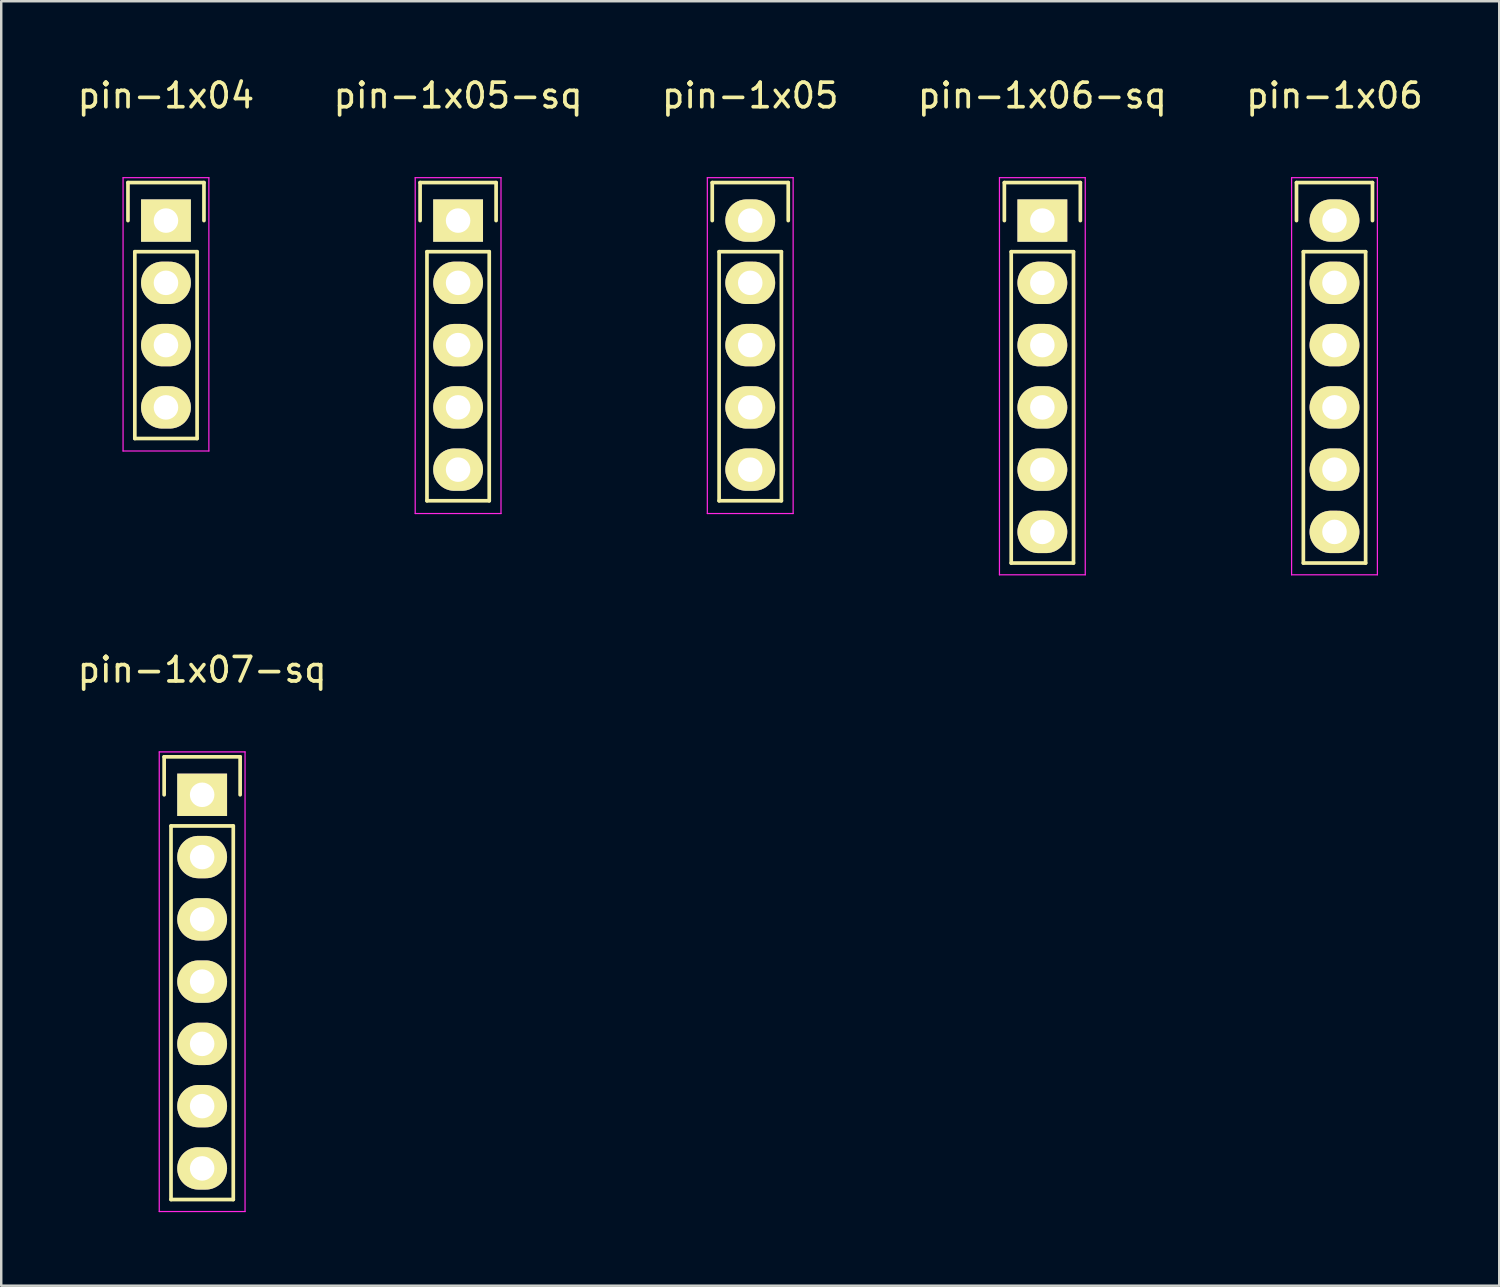
<source format=kicad_pcb>
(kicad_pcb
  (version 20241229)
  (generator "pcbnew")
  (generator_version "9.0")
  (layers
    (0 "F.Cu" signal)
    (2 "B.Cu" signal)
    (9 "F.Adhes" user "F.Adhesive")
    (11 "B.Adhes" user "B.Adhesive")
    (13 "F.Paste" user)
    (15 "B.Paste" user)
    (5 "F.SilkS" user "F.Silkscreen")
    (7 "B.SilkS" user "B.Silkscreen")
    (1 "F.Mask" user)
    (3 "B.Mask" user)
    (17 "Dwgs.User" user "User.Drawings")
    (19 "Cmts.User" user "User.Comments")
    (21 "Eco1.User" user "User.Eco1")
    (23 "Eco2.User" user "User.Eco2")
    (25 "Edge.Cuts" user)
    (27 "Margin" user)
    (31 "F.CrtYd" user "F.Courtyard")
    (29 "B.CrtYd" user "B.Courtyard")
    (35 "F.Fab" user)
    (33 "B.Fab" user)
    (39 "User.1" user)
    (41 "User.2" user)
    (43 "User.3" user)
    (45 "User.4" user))
  (footprint "pin-1x07-sq"
    (layer "F.Cu")
    (at 5.196 29.372)
    (property "Reference" "pin-1x07-sq" (at 0 -5.1 0) (layer "F.SilkS") (effects (font (size 1 1) (thickness 0.15))))
    (attr through_hole)
    (fp_line (start -1.55 -1.55) (end 1.55 -1.55) (stroke (width 0.15) (type solid)) (layer "F.SilkS"))
    (fp_line (start -1.55 0) (end -1.55 -1.55) (stroke (width 0.15) (type solid)) (layer "F.SilkS"))
    (fp_line (start -1.27 16.51) (end -1.27 1.27) (stroke (width 0.15) (type solid)) (layer "F.SilkS"))
    (fp_line (start 1.27 1.27) (end -1.27 1.27) (stroke (width 0.15) (type solid)) (layer "F.SilkS"))
    (fp_line (start 1.27 1.27) (end 1.27 16.51) (stroke (width 0.15) (type solid)) (layer "F.SilkS"))
    (fp_line (start 1.27 16.51) (end -1.27 16.51) (stroke (width 0.15) (type solid)) (layer "F.SilkS"))
    (fp_line (start 1.55 -1.55) (end 1.55 0) (stroke (width 0.15) (type solid)) (layer "F.SilkS"))
    (fp_line (start -1.75 -1.75) (end -1.75 17) (stroke (width 0.05) (type solid)) (layer "F.CrtYd"))
    (fp_line (start -1.75 -1.75) (end 1.75 -1.75) (stroke (width 0.05) (type solid)) (layer "F.CrtYd"))
    (fp_line (start -1.75 17) (end 1.75 17) (stroke (width 0.05) (type solid)) (layer "F.CrtYd"))
    (fp_line (start 1.75 -1.75) (end 1.75 17) (stroke (width 0.05) (type solid)) (layer "F.CrtYd"))
    (pad "1" thru_hole rect (at 0 0) (size 2.032 1.727) (drill 1) (layers "*.Cu" "*.Mask" "F.SilkS"))
    (pad "2" thru_hole oval (at 0 2.54) (size 2.032 1.727) (drill 1) (layers "*.Cu" "*.Mask" "F.SilkS"))
    (pad "3" thru_hole oval (at 0 5.08) (size 2.032 1.727) (drill 1) (layers "*.Cu" "*.Mask" "F.SilkS"))
    (pad "4" thru_hole oval (at 0 7.62) (size 2.032 1.727) (drill 1) (layers "*.Cu" "*.Mask" "F.SilkS"))
    (pad "5" thru_hole oval (at 0 10.16) (size 2.032 1.727) (drill 1) (layers "*.Cu" "*.Mask" "F.SilkS"))
    (pad "6" thru_hole oval (at 0 12.7) (size 2.032 1.727) (drill 1) (layers "*.Cu" "*.Mask" "F.SilkS"))
    (pad "7" thru_hole oval (at 0 15.24) (size 2.032 1.727) (drill 1) (layers "*.Cu" "*.Mask" "F.SilkS")))
  (footprint "pin-1x05"
    (layer "F.Cu")
    (at 27.554 5.948)
    (property "Reference" "pin-1x05" (at 0 -5.1 0) (layer "F.SilkS") (effects (font (size 1 1) (thickness 0.15))))
    (attr through_hole)
    (fp_line (start -1.55 -1.55) (end 1.55 -1.55) (stroke (width 0.15) (type solid)) (layer "F.SilkS"))
    (fp_line (start -1.55 0) (end -1.55 -1.55) (stroke (width 0.15) (type solid)) (layer "F.SilkS"))
    (fp_line (start -1.27 11.43) (end -1.27 1.27) (stroke (width 0.15) (type solid)) (layer "F.SilkS"))
    (fp_line (start 1.27 1.27) (end -1.27 1.27) (stroke (width 0.15) (type solid)) (layer "F.SilkS"))
    (fp_line (start 1.27 1.27) (end 1.27 11.43) (stroke (width 0.15) (type solid)) (layer "F.SilkS"))
    (fp_line (start 1.27 11.43) (end -1.27 11.43) (stroke (width 0.15) (type solid)) (layer "F.SilkS"))
    (fp_line (start 1.55 -1.55) (end 1.55 0) (stroke (width 0.15) (type solid)) (layer "F.SilkS"))
    (fp_line (start -1.75 -1.75) (end -1.75 11.95) (stroke (width 0.05) (type solid)) (layer "F.CrtYd"))
    (fp_line (start -1.75 -1.75) (end 1.75 -1.75) (stroke (width 0.05) (type solid)) (layer "F.CrtYd"))
    (fp_line (start -1.75 11.95) (end 1.75 11.95) (stroke (width 0.05) (type solid)) (layer "F.CrtYd"))
    (fp_line (start 1.75 -1.75) (end 1.75 11.95) (stroke (width 0.05) (type solid)) (layer "F.CrtYd"))
    (pad "1" thru_hole oval (at 0 0) (size 2.032 1.727) (drill 1) (layers "*.Cu" "*.Mask" "F.SilkS"))
    (pad "2" thru_hole oval (at 0 2.54) (size 2.032 1.727) (drill 1) (layers "*.Cu" "*.Mask" "F.SilkS"))
    (pad "3" thru_hole oval (at 0 5.08) (size 2.032 1.727) (drill 1) (layers "*.Cu" "*.Mask" "F.SilkS"))
    (pad "4" thru_hole oval (at 0 7.62) (size 2.032 1.727) (drill 1) (layers "*.Cu" "*.Mask" "F.SilkS"))
    (pad "5" thru_hole oval (at 0 10.16) (size 2.032 1.727) (drill 1) (layers "*.Cu" "*.Mask" "F.SilkS")))
  (footprint "pin-1x04"
    (layer "F.Cu")
    (at 3.72 5.948)
    (property "Reference" "pin-1x04" (at 0 -5.1 0) (layer "F.SilkS") (effects (font (size 1 1) (thickness 0.15))))
    (attr through_hole)
    (fp_line (start -1.55 -1.55) (end 1.55 -1.55) (stroke (width 0.15) (type solid)) (layer "F.SilkS"))
    (fp_line (start -1.55 0) (end -1.55 -1.55) (stroke (width 0.15) (type solid)) (layer "F.SilkS"))
    (fp_line (start -1.27 1.27) (end -1.27 8.89) (stroke (width 0.15) (type solid)) (layer "F.SilkS"))
    (fp_line (start -1.27 8.89) (end 1.27 8.89) (stroke (width 0.15) (type solid)) (layer "F.SilkS"))
    (fp_line (start 1.27 1.27) (end -1.27 1.27) (stroke (width 0.15) (type solid)) (layer "F.SilkS"))
    (fp_line (start 1.27 1.27) (end 1.27 8.89) (stroke (width 0.15) (type solid)) (layer "F.SilkS"))
    (fp_line (start 1.55 -1.55) (end 1.55 0) (stroke (width 0.15) (type solid)) (layer "F.SilkS"))
    (fp_line (start -1.75 -1.75) (end -1.75 9.4) (stroke (width 0.05) (type solid)) (layer "F.CrtYd"))
    (fp_line (start -1.75 -1.75) (end 1.75 -1.75) (stroke (width 0.05) (type solid)) (layer "F.CrtYd"))
    (fp_line (start -1.75 9.4) (end 1.75 9.4) (stroke (width 0.05) (type solid)) (layer "F.CrtYd"))
    (fp_line (start 1.75 -1.75) (end 1.75 9.4) (stroke (width 0.05) (type solid)) (layer "F.CrtYd"))
    (pad "1" thru_hole rect (at 0 0) (size 2.032 1.727) (drill 1) (layers "*.Cu" "*.Mask" "F.SilkS"))
    (pad "2" thru_hole oval (at 0 2.54) (size 2.032 1.727) (drill 1) (layers "*.Cu" "*.Mask" "F.SilkS"))
    (pad "3" thru_hole oval (at 0 5.08) (size 2.032 1.727) (drill 1) (layers "*.Cu" "*.Mask" "F.SilkS"))
    (pad "4" thru_hole oval (at 0 7.62) (size 2.032 1.727) (drill 1) (layers "*.Cu" "*.Mask" "F.SilkS")))
  (footprint "pin-1x06-sq"
    (layer "F.Cu")
    (at 39.47 5.948)
    (property "Reference" "pin-1x06-sq" (at 0 -5.1 0) (layer "F.SilkS") (effects (font (size 1 1) (thickness 0.15))))
    (attr through_hole)
    (fp_line (start -1.55 -1.55) (end 1.55 -1.55) (stroke (width 0.15) (type solid)) (layer "F.SilkS"))
    (fp_line (start -1.55 0) (end -1.55 -1.55) (stroke (width 0.15) (type solid)) (layer "F.SilkS"))
    (fp_line (start -1.27 13.97) (end -1.27 1.27) (stroke (width 0.15) (type solid)) (layer "F.SilkS"))
    (fp_line (start 1.27 1.27) (end -1.27 1.27) (stroke (width 0.15) (type solid)) (layer "F.SilkS"))
    (fp_line (start 1.27 1.27) (end 1.27 13.97) (stroke (width 0.15) (type solid)) (layer "F.SilkS"))
    (fp_line (start 1.27 13.97) (end -1.27 13.97) (stroke (width 0.15) (type solid)) (layer "F.SilkS"))
    (fp_line (start 1.55 -1.55) (end 1.55 0) (stroke (width 0.15) (type solid)) (layer "F.SilkS"))
    (fp_line (start -1.75 -1.75) (end -1.75 14.45) (stroke (width 0.05) (type solid)) (layer "F.CrtYd"))
    (fp_line (start -1.75 -1.75) (end 1.75 -1.75) (stroke (width 0.05) (type solid)) (layer "F.CrtYd"))
    (fp_line (start -1.75 14.45) (end 1.75 14.45) (stroke (width 0.05) (type solid)) (layer "F.CrtYd"))
    (fp_line (start 1.75 -1.75) (end 1.75 14.45) (stroke (width 0.05) (type solid)) (layer "F.CrtYd"))
    (pad "1" thru_hole rect (at 0 0) (size 2.032 1.727) (drill 1) (layers "*.Cu" "*.Mask" "F.SilkS"))
    (pad "2" thru_hole oval (at 0 2.54) (size 2.032 1.727) (drill 1) (layers "*.Cu" "*.Mask" "F.SilkS"))
    (pad "3" thru_hole oval (at 0 5.08) (size 2.032 1.727) (drill 1) (layers "*.Cu" "*.Mask" "F.SilkS"))
    (pad "4" thru_hole oval (at 0 7.62) (size 2.032 1.727) (drill 1) (layers "*.Cu" "*.Mask" "F.SilkS"))
    (pad "5" thru_hole oval (at 0 10.16) (size 2.032 1.727) (drill 1) (layers "*.Cu" "*.Mask" "F.SilkS"))
    (pad "6" thru_hole oval (at 0 12.7) (size 2.032 1.727) (drill 1) (layers "*.Cu" "*.Mask" "F.SilkS")))
  (footprint "pin-1x06"
    (layer "F.Cu")
    (at 51.387 5.948)
    (property "Reference" "pin-1x06" (at 0 -5.1 0) (layer "F.SilkS") (effects (font (size 1 1) (thickness 0.15))))
    (attr through_hole)
    (fp_line (start -1.55 -1.55) (end 1.55 -1.55) (stroke (width 0.15) (type solid)) (layer "F.SilkS"))
    (fp_line (start -1.55 0) (end -1.55 -1.55) (stroke (width 0.15) (type solid)) (layer "F.SilkS"))
    (fp_line (start -1.27 13.97) (end -1.27 1.27) (stroke (width 0.15) (type solid)) (layer "F.SilkS"))
    (fp_line (start 1.27 1.27) (end -1.27 1.27) (stroke (width 0.15) (type solid)) (layer "F.SilkS"))
    (fp_line (start 1.27 1.27) (end 1.27 13.97) (stroke (width 0.15) (type solid)) (layer "F.SilkS"))
    (fp_line (start 1.27 13.97) (end -1.27 13.97) (stroke (width 0.15) (type solid)) (layer "F.SilkS"))
    (fp_line (start 1.55 -1.55) (end 1.55 0) (stroke (width 0.15) (type solid)) (layer "F.SilkS"))
    (fp_line (start -1.75 -1.75) (end -1.75 14.45) (stroke (width 0.05) (type solid)) (layer "F.CrtYd"))
    (fp_line (start -1.75 -1.75) (end 1.75 -1.75) (stroke (width 0.05) (type solid)) (layer "F.CrtYd"))
    (fp_line (start -1.75 14.45) (end 1.75 14.45) (stroke (width 0.05) (type solid)) (layer "F.CrtYd"))
    (fp_line (start 1.75 -1.75) (end 1.75 14.45) (stroke (width 0.05) (type solid)) (layer "F.CrtYd"))
    (pad "1" thru_hole oval (at 0 0) (size 2.032 1.727) (drill 1) (layers "*.Cu" "*.Mask" "F.SilkS"))
    (pad "2" thru_hole oval (at 0 2.54) (size 2.032 1.727) (drill 1) (layers "*.Cu" "*.Mask" "F.SilkS"))
    (pad "3" thru_hole oval (at 0 5.08) (size 2.032 1.727) (drill 1) (layers "*.Cu" "*.Mask" "F.SilkS"))
    (pad "4" thru_hole oval (at 0 7.62) (size 2.032 1.727) (drill 1) (layers "*.Cu" "*.Mask" "F.SilkS"))
    (pad "5" thru_hole oval (at 0 10.16) (size 2.032 1.727) (drill 1) (layers "*.Cu" "*.Mask" "F.SilkS"))
    (pad "6" thru_hole oval (at 0 12.7) (size 2.032 1.727) (drill 1) (layers "*.Cu" "*.Mask" "F.SilkS")))
  (footprint "pin-1x05-sq"
    (layer "F.Cu")
    (at 15.637 5.948)
    (property "Reference" "pin-1x05-sq" (at 0 -5.1 0) (layer "F.SilkS") (effects (font (size 1 1) (thickness 0.15))))
    (attr through_hole)
    (fp_line (start -1.55 -1.55) (end 1.55 -1.55) (stroke (width 0.15) (type solid)) (layer "F.SilkS"))
    (fp_line (start -1.55 0) (end -1.55 -1.55) (stroke (width 0.15) (type solid)) (layer "F.SilkS"))
    (fp_line (start -1.27 11.43) (end -1.27 1.27) (stroke (width 0.15) (type solid)) (layer "F.SilkS"))
    (fp_line (start 1.27 1.27) (end -1.27 1.27) (stroke (width 0.15) (type solid)) (layer "F.SilkS"))
    (fp_line (start 1.27 1.27) (end 1.27 11.43) (stroke (width 0.15) (type solid)) (layer "F.SilkS"))
    (fp_line (start 1.27 11.43) (end -1.27 11.43) (stroke (width 0.15) (type solid)) (layer "F.SilkS"))
    (fp_line (start 1.55 -1.55) (end 1.55 0) (stroke (width 0.15) (type solid)) (layer "F.SilkS"))
    (fp_line (start -1.75 -1.75) (end -1.75 11.95) (stroke (width 0.05) (type solid)) (layer "F.CrtYd"))
    (fp_line (start -1.75 -1.75) (end 1.75 -1.75) (stroke (width 0.05) (type solid)) (layer "F.CrtYd"))
    (fp_line (start -1.75 11.95) (end 1.75 11.95) (stroke (width 0.05) (type solid)) (layer "F.CrtYd"))
    (fp_line (start 1.75 -1.75) (end 1.75 11.95) (stroke (width 0.05) (type solid)) (layer "F.CrtYd"))
    (pad "1" thru_hole rect (at 0 0) (size 2.032 1.727) (drill 1) (layers "*.Cu" "*.Mask" "F.SilkS"))
    (pad "2" thru_hole oval (at 0 2.54) (size 2.032 1.727) (drill 1) (layers "*.Cu" "*.Mask" "F.SilkS"))
    (pad "3" thru_hole oval (at 0 5.08) (size 2.032 1.727) (drill 1) (layers "*.Cu" "*.Mask" "F.SilkS"))
    (pad "4" thru_hole oval (at 0 7.62) (size 2.032 1.727) (drill 1) (layers "*.Cu" "*.Mask" "F.SilkS"))
    (pad "5" thru_hole oval (at 0 10.16) (size 2.032 1.727) (drill 1) (layers "*.Cu" "*.Mask" "F.SilkS")))
  (gr_rect
    (start -3 -3)
    (end 58.107 49.397)
    (stroke (width 0.1) (type default))
    (fill no)
    (layer "Edge.Cuts")))
</source>
